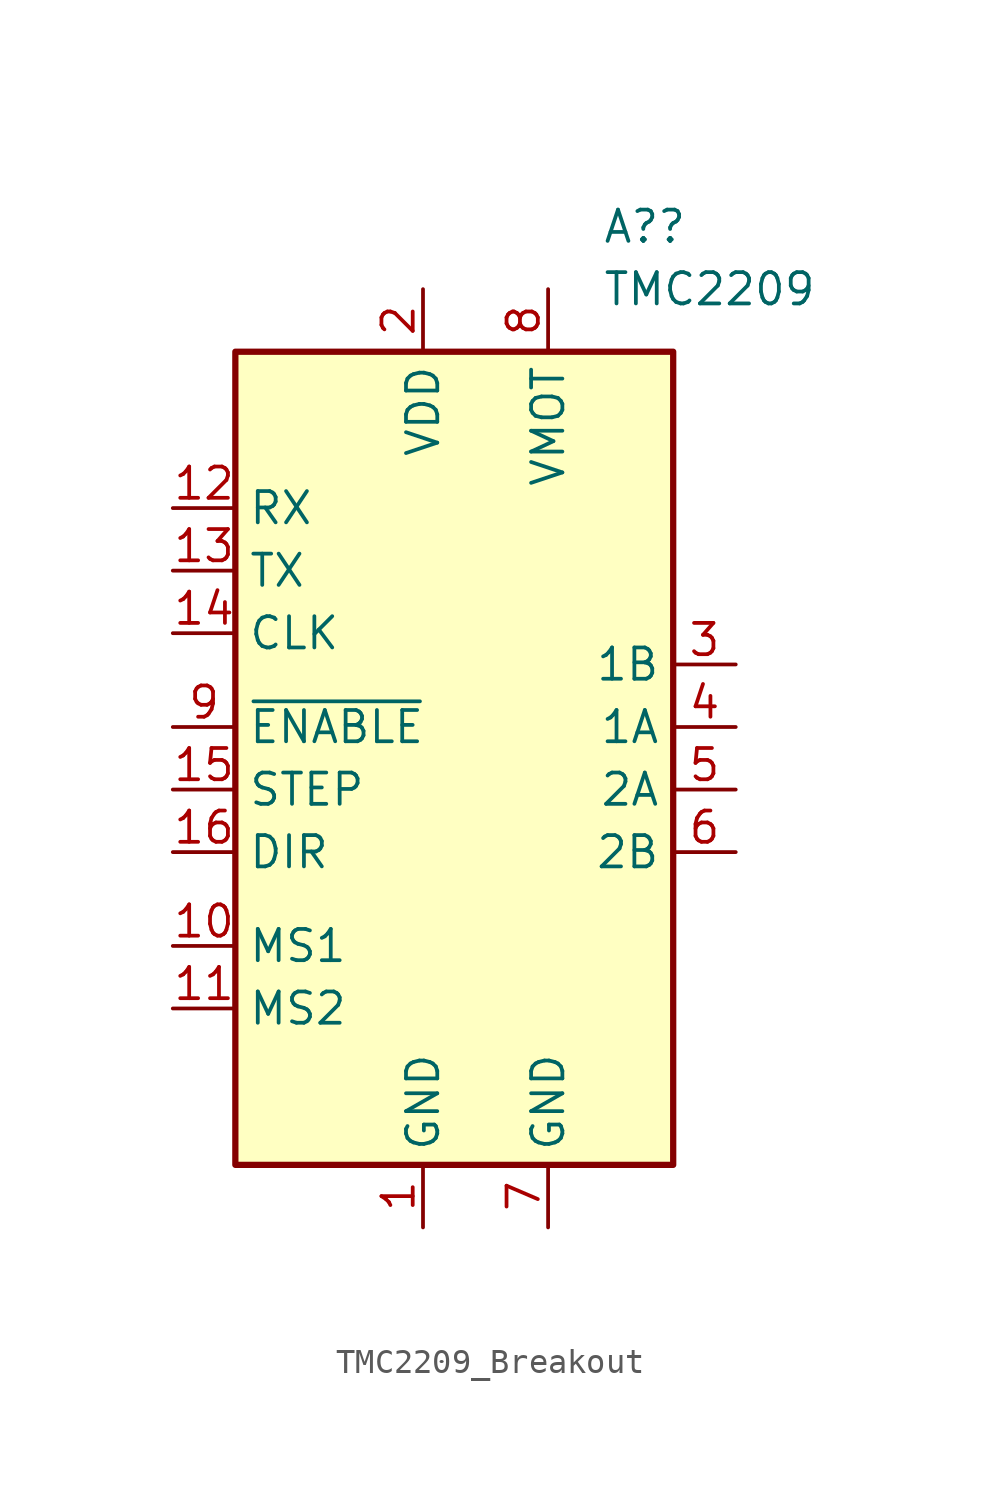
<source format=kicad_sym>
(kicad_symbol_lib
  (version 20231120)
  (generator "kicad_symbol_editor")
  (generator_version "8.0")
  (symbol "TMC2209_Breakout"
    (property "Reference" "A?"
      (at 7.274 20.32 0)
      (effects (font (size 1.27 1.27)) (justify left)))
    (property "Value" "TMC2209"
      (at 7.274 17.78 0)
      (effects (font (size 1.27 1.27)) (justify left)))
    (symbol "TMC2209_Breakout_0_1"
      (rectangle (start -7.62 15.24) (end 10.16 -17.78) (stroke (width 0.254) (type default)) (fill (type background))))
    (symbol "TMC2209_Breakout_1_1"
      (pin power_in line (at 0 -20.32 90) (length 2.54) (name "GND" (effects (font (size 1.27 1.27)))) (number "1" (effects (font (size 1.27 1.27)))))
      (pin input line (at -10.16 -8.89 0) (length 2.54) (name "MS1" (effects (font (size 1.27 1.27)))) (number "10" (effects (font (size 1.27 1.27)))))
      (pin input line (at -10.16 -11.43 0) (length 2.54) (name "MS2" (effects (font (size 1.27 1.27)))) (number "11" (effects (font (size 1.27 1.27)))))
      (pin input line (at -10.16 8.89 0) (length 2.54) (name "RX" (effects (font (size 1.27 1.27)))) (number "12" (effects (font (size 1.27 1.27)))))
      (pin input line (at -10.16 6.35 0) (length 2.54) (name "TX" (effects (font (size 1.27 1.27)))) (number "13" (effects (font (size 1.27 1.27)))))
      (pin input line (at -10.16 3.81 0) (length 2.54) (name "CLK" (effects (font (size 1.27 1.27)))) (number "14" (effects (font (size 1.27 1.27)))))
      (pin input line (at -10.16 -2.54 0) (length 2.54) (name "STEP" (effects (font (size 1.27 1.27)))) (number "15" (effects (font (size 1.27 1.27)))))
      (pin input line (at -10.16 -5.08 0) (length 2.54) (name "DIR" (effects (font (size 1.27 1.27)))) (number "16" (effects (font (size 1.27 1.27)))))
      (pin power_in line (at 0 17.78 270) (length 2.54) (name "VDD" (effects (font (size 1.27 1.27)))) (number "2" (effects (font (size 1.27 1.27)))))
      (pin output line (at 12.7 2.54 180) (length 2.54) (name "1B" (effects (font (size 1.27 1.27)))) (number "3" (effects (font (size 1.27 1.27)))))
      (pin output line (at 12.7 0 180) (length 2.54) (name "1A" (effects (font (size 1.27 1.27)))) (number "4" (effects (font (size 1.27 1.27)))))
      (pin output line (at 12.7 -2.54 180) (length 2.54) (name "2A" (effects (font (size 1.27 1.27)))) (number "5" (effects (font (size 1.27 1.27)))))
      (pin output line (at 12.7 -5.08 180) (length 2.54) (name "2B" (effects (font (size 1.27 1.27)))) (number "6" (effects (font (size 1.27 1.27)))))
      (pin power_in line (at 5.08 -20.32 90) (length 2.54) (name "GND" (effects (font (size 1.27 1.27)))) (number "7" (effects (font (size 1.27 1.27)))))
      (pin power_in line (at 5.08 17.78 270) (length 2.54) (name "VMOT" (effects (font (size 1.27 1.27)))) (number "8" (effects (font (size 1.27 1.27)))))
      (pin input line (at -10.16 0 0) (length 2.54) (name "~{ENABLE}" (effects (font (size 1.27 1.27)))) (number "9" (effects (font (size 1.27 1.27))))))))
</source>
